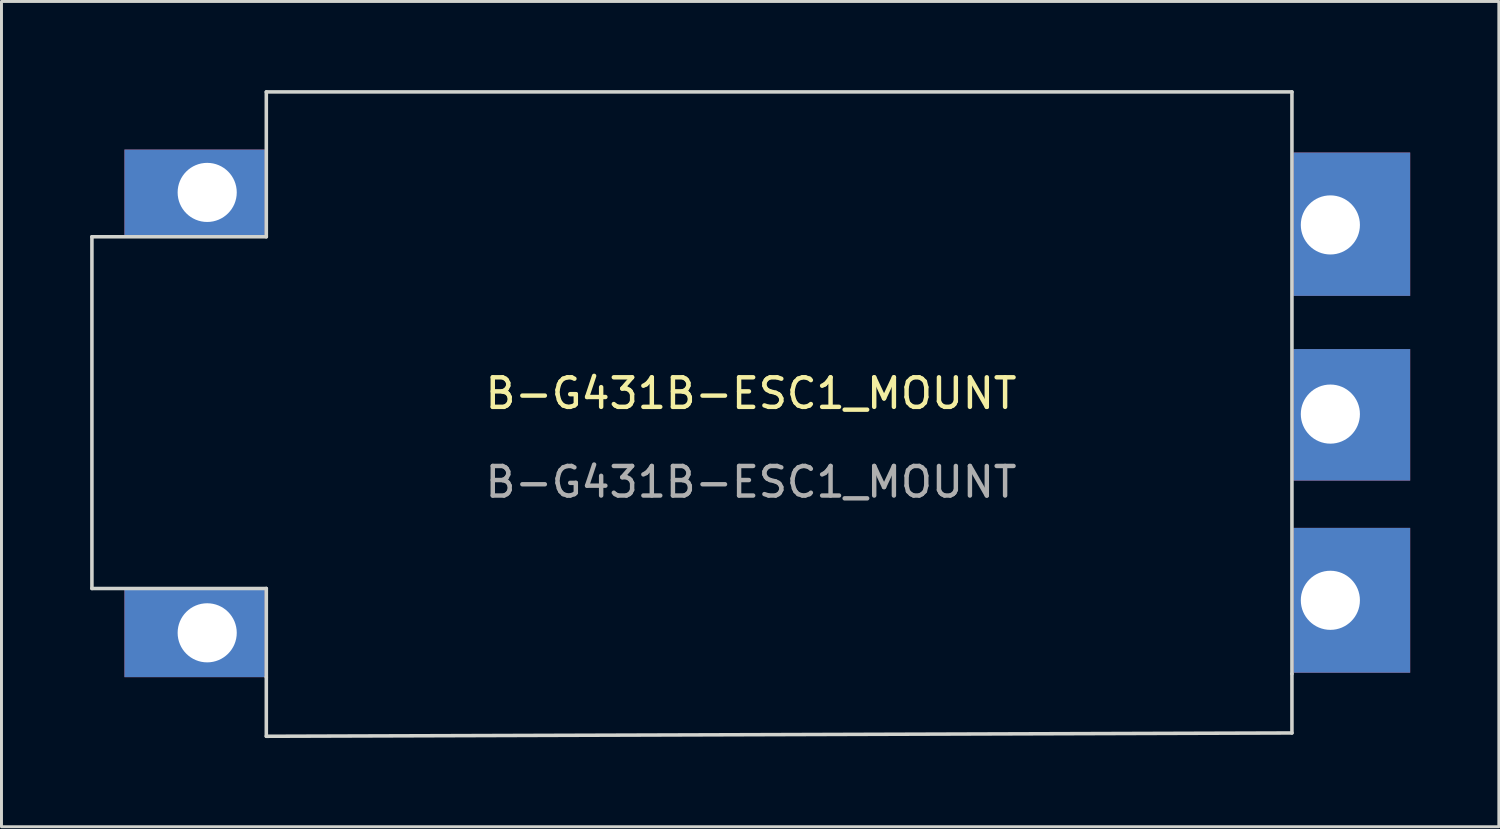
<source format=kicad_pcb>
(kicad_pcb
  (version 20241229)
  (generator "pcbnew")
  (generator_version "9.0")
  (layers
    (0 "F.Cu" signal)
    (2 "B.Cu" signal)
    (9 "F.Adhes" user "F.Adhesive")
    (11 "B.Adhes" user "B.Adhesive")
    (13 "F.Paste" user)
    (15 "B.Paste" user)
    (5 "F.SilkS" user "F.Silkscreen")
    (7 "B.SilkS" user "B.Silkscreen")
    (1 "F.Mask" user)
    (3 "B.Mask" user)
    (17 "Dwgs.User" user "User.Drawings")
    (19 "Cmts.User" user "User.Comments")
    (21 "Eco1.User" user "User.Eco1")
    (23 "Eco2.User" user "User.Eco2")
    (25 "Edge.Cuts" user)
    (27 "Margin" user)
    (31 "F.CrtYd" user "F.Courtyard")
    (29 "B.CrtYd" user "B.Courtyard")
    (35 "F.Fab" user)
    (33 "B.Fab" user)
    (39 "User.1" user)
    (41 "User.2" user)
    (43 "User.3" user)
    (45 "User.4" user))
  (footprint "B-G431B-ESC1_MOUNT"
    (layer "F.Cu")
    (at 22.36 10.76)
    (property "Reference" "B-G431B-ESC1_MOUNT" (at 0 -0.5 0) (unlocked yes) (layer "F.SilkS") (effects (font (size 1 1) (thickness 0.15))))
    (fp_line (start -22.3 -5.8) (end -22.3 6.1) (stroke (width 0.12) (type default)) (layer "Edge.Cuts"))
    (fp_line (start -22.3 -5.8) (end -16.4 -5.8) (stroke (width 0.12) (type default)) (layer "Edge.Cuts"))
    (fp_line (start -22.3 6.1) (end -16.4 6.1) (stroke (width 0.12) (type default)) (layer "Edge.Cuts"))
    (fp_line (start -16.4 -10.7) (end -16.4 -5.8) (stroke (width 0.12) (type default)) (layer "Edge.Cuts"))
    (fp_line (start -16.4 6.1) (end -16.4 9.1) (stroke (width 0.12) (type default)) (layer "Edge.Cuts"))
    (fp_line (start -16.4 11.1) (end -16.4 9.1) (stroke (width 0.12) (type default)) (layer "Edge.Cuts"))
    (fp_line (start -16.4 11.1) (end 18.3 10.988) (stroke (width 0.12) (type default)) (layer "Edge.Cuts"))
    (fp_line (start 18.3 -10.7) (end -16.4 -10.7) (stroke (width 0.12) (type default)) (layer "Edge.Cuts"))
    (fp_line (start 18.3 8.988) (end 18.3 -10.7) (stroke (width 0.12) (type default)) (layer "Edge.Cuts"))
    (fp_line (start 18.3 8.988) (end 18.3 10.988) (stroke (width 0.12) (type default)) (layer "Edge.Cuts"))
    (fp_rect (start -20.2 -8.6) (end -16.342 -5.73) (stroke (width 0.12) (type default)) (fill no) (layer "User.1"))
    (fp_rect (start -20.2 -5.055) (end -18.6 -3.785) (stroke (width 0.12) (type default)) (fill no) (layer "User.1"))
    (fp_rect (start -20.2 -3.07) (end -18.6 -1.8) (stroke (width 0.12) (type default)) (fill no) (layer "User.1"))
    (fp_rect (start -20.2 -1.115) (end -18.6 0.155) (stroke (width 0.12) (type default)) (fill no) (layer "User.1"))
    (fp_rect (start -20.2 0.855) (end -18.6 2.125) (stroke (width 0.12) (type default)) (fill no) (layer "User.1"))
    (fp_rect (start -20.2 2.825) (end -18.6 4.095) (stroke (width 0.12) (type default)) (fill no) (layer "User.1"))
    (fp_rect (start -20.2 6.05) (end -16.3 9) (stroke (width 0.12) (type default)) (fill no) (layer "User.1"))
    (fp_rect (start 18.2 -8.6) (end 20.6 -3.8) (stroke (width 0.12) (type default)) (fill no) (layer "User.1"))
    (fp_rect (start 18.2 -2.025) (end 20.6 2.375) (stroke (width 0.12) (type default)) (fill no) (layer "User.1"))
    (fp_rect (start 18.2 4.2) (end 20.6 8.9) (stroke (width 0.12) (type default)) (fill no) (layer "User.1"))
    (fp_line (start -20.3 -8.7) (end 20.7 -8.7) (stroke (width 0.12) (type default)) (layer "User.2"))
    (fp_line (start -20.3 9.1) (end -20.3 -8.7) (stroke (width 0.12) (type default)) (layer "User.2"))
    (fp_line (start 18.2 -3.7) (end 18.2 -2.1) (stroke (width 0.12) (type default)) (layer "User.2"))
    (fp_line (start 18.2 -2.1) (end 20.7 -2.1) (stroke (width 0.12) (type default)) (layer "User.2"))
    (fp_line (start 18.2 2.5) (end 18.2 4.1) (stroke (width 0.12) (type default)) (layer "User.2"))
    (fp_line (start 18.2 4.1) (end 20.7 4.1) (stroke (width 0.12) (type default)) (layer "User.2"))
    (fp_line (start 20.7 -8.7) (end 20.7 -3.7) (stroke (width 0.12) (type default)) (layer "User.2"))
    (fp_line (start 20.7 -3.7) (end 18.2 -3.7) (stroke (width 0.12) (type default)) (layer "User.2"))
    (fp_line (start 20.7 -2.1) (end 20.7 2.5) (stroke (width 0.12) (type default)) (layer "User.2"))
    (fp_line (start 20.7 2.5) (end 18.2 2.5) (stroke (width 0.12) (type default)) (layer "User.2"))
    (fp_line (start 20.7 4.1) (end 20.7 9) (stroke (width 0.12) (type default)) (layer "User.2"))
    (fp_line (start 20.7 9) (end -20.3 9.1) (stroke (width 0.12) (type default)) (layer "User.2"))
    (fp_text user "${REFERENCE}" (at 0 2.5 0) (unlocked yes) (layer "F.Fab") (effects (font (size 1 1) (thickness 0.15))))
    (pad "1" thru_hole rect (at -18.4 -7.3) (size 4.75 2.95) (drill 2 (offset -0.425 0.025)) (layers "*.Cu" "*.Mask"))
    (pad "2" thru_hole rect (at -18.4 7.6) (size 4.75 2.95) (drill 2 (offset -0.425 0.025)) (layers "*.Cu" "*.Mask"))
    (pad "3" thru_hole rect (at 19.6 6.5) (size 3.95 4.9) (drill 2 (offset 0.725 0)) (layers "*.Cu" "*.Mask"))
    (pad "4" thru_hole rect (at 19.6 0.2) (size 3.95 4.45) (drill 2 (offset 0.725 0.025)) (layers "*.Cu" "*.Mask"))
    (pad "5" thru_hole rect (at 19.6 -6.2) (size 3.95 4.85) (drill 2 (offset 0.725 -0.025)) (layers "*.Cu" "*.Mask")))
  (gr_rect
    (start -3 -3)
    (end 47.66 24.92)
    (stroke (width 0.1) (type default))
    (fill no)
    (layer "Edge.Cuts")))
</source>
